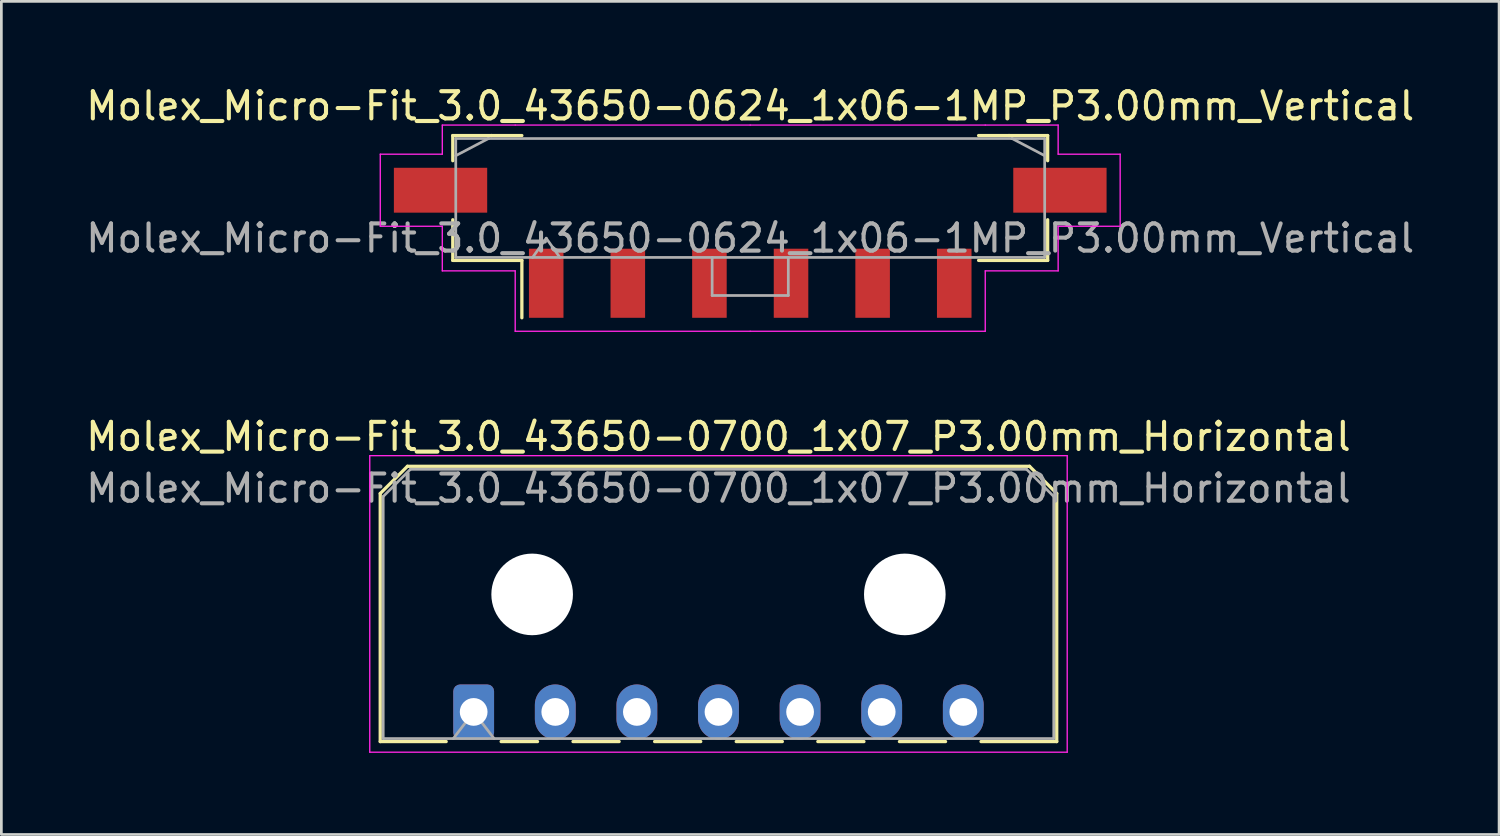
<source format=kicad_pcb>
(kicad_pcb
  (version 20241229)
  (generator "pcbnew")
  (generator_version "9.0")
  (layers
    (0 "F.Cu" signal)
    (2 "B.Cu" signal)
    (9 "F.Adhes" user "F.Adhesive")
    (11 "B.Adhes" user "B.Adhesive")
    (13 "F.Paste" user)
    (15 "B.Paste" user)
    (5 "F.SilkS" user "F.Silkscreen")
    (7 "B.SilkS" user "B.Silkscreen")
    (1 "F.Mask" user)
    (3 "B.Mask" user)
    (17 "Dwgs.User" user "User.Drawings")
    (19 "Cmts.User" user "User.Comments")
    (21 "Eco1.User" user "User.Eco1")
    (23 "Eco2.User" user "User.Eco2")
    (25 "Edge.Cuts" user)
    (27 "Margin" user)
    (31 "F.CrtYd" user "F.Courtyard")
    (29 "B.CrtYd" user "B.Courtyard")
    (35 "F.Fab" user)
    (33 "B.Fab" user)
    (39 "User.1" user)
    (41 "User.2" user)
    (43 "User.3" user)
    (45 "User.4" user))
  (footprint "Molex_Micro-Fit_3.0_43650-0700_1x07_P3.00mm_Horizontal"
    (layer "F.Cu")
    (at 14.363 23.122)
    (property "Reference" "Molex_Micro-Fit_3.0_43650-0700_1x07_P3.00mm_Horizontal" (at 9 -10.12 0) (layer "F.SilkS") (effects (font (size 1 1) (thickness 0.15))))
    (attr through_hole)
    (fp_line (start -3.435 -8.03) (end -2.435 -9.03) (stroke (width 0.12) (type solid)) (layer "F.SilkS"))
    (fp_line (start -3.435 1.09) (end -3.435 -8.03) (stroke (width 0.12) (type solid)) (layer "F.SilkS"))
    (fp_line (start -3.435 1.09) (end -1.01 1.09) (stroke (width 0.12) (type solid)) (layer "F.SilkS"))
    (fp_line (start -2.435 -9.03) (end 20.435 -9.03) (stroke (width 0.12) (type solid)) (layer "F.SilkS"))
    (fp_line (start 1.01 1.09) (end 2.348 1.09) (stroke (width 0.12) (type solid)) (layer "F.SilkS"))
    (fp_line (start 3.652 1.09) (end 5.348 1.09) (stroke (width 0.12) (type solid)) (layer "F.SilkS"))
    (fp_line (start 6.652 1.09) (end 8.348 1.09) (stroke (width 0.12) (type solid)) (layer "F.SilkS"))
    (fp_line (start 9.652 1.09) (end 11.348 1.09) (stroke (width 0.12) (type solid)) (layer "F.SilkS"))
    (fp_line (start 12.652 1.09) (end 14.348 1.09) (stroke (width 0.12) (type solid)) (layer "F.SilkS"))
    (fp_line (start 15.652 1.09) (end 17.348 1.09) (stroke (width 0.12) (type solid)) (layer "F.SilkS"))
    (fp_line (start 20.435 -9.03) (end 21.435 -8.03) (stroke (width 0.12) (type solid)) (layer "F.SilkS"))
    (fp_line (start 21.435 -8.03) (end 21.435 1.09) (stroke (width 0.12) (type solid)) (layer "F.SilkS"))
    (fp_line (start 21.435 1.09) (end 18.652 1.09) (stroke (width 0.12) (type solid)) (layer "F.SilkS"))
    (fp_line (start -3.82 -9.42) (end 21.82 -9.42) (stroke (width 0.05) (type solid)) (layer "F.CrtYd"))
    (fp_line (start -3.82 1.48) (end -3.82 -9.42) (stroke (width 0.05) (type solid)) (layer "F.CrtYd"))
    (fp_line (start 21.82 -9.42) (end 21.82 1.48) (stroke (width 0.05) (type solid)) (layer "F.CrtYd"))
    (fp_line (start 21.82 1.48) (end -3.82 1.48) (stroke (width 0.05) (type solid)) (layer "F.CrtYd"))
    (fp_line (start -3.325 -7.92) (end -2.325 -8.92) (stroke (width 0.1) (type solid)) (layer "F.Fab"))
    (fp_line (start -3.325 0.98) (end -3.325 -7.92) (stroke (width 0.1) (type solid)) (layer "F.Fab"))
    (fp_line (start -2.325 -8.92) (end 20.325 -8.92) (stroke (width 0.1) (type solid)) (layer "F.Fab"))
    (fp_line (start -0.75 0.98) (end 0 0) (stroke (width 0.1) (type solid)) (layer "F.Fab"))
    (fp_line (start 0 0) (end 0.75 0.98) (stroke (width 0.1) (type solid)) (layer "F.Fab"))
    (fp_line (start 20.325 -8.92) (end 21.325 -7.92) (stroke (width 0.1) (type solid)) (layer "F.Fab"))
    (fp_line (start 21.325 -7.92) (end 21.325 0.98) (stroke (width 0.1) (type solid)) (layer "F.Fab"))
    (fp_line (start 21.325 0.98) (end -3.325 0.98) (stroke (width 0.1) (type solid)) (layer "F.Fab"))
    (fp_text user "${REFERENCE}" (at 9 -8.22 0) (layer "F.Fab") (effects (font (size 1 1) (thickness 0.15))))
    (pad "" np_thru_hole circle (at 2.15 -4.32) (size 3 3) (drill 3) (layers "*.Cu" "*.Mask"))
    (pad "" np_thru_hole circle (at 15.85 -4.32) (size 3 3) (drill 3) (layers "*.Cu" "*.Mask"))
    (pad "1" thru_hole roundrect (at 0 0) (size 1.5 2.02) (drill 1.02) (layers "*.Cu" "*.Mask") (roundrect_rratio 0.167))
    (pad "2" thru_hole oval (at 3 0) (size 1.5 2.02) (drill 1.02) (layers "*.Cu" "*.Mask"))
    (pad "3" thru_hole oval (at 6 0) (size 1.5 2.02) (drill 1.02) (layers "*.Cu" "*.Mask"))
    (pad "4" thru_hole oval (at 9 0) (size 1.5 2.02) (drill 1.02) (layers "*.Cu" "*.Mask"))
    (pad "5" thru_hole oval (at 12 0) (size 1.5 2.02) (drill 1.02) (layers "*.Cu" "*.Mask"))
    (pad "6" thru_hole oval (at 15 0) (size 1.5 2.02) (drill 1.02) (layers "*.Cu" "*.Mask"))
    (pad "7" thru_hole oval (at 18 0) (size 1.5 2.02) (drill 1.02) (layers "*.Cu" "*.Mask")))
  (footprint "Molex_Micro-Fit_3.0_43650-0624_1x06-1MP_P3.00mm_Vertical"
    (layer "F.Cu")
    (at 24.53 4.228)
    (property "Reference" "Molex_Micro-Fit_3.0_43650-0624_1x06-1MP_P3.00mm_Vertical" (at 0 -3.38 0) (layer "F.SilkS") (effects (font (size 1 1) (thickness 0.15))))
    (attr smd)
    (fp_line (start -10.935 -2.295) (end -9.515 -2.295) (stroke (width 0.12) (type solid)) (layer "F.SilkS"))
    (fp_line (start -10.935 -1.37) (end -10.935 -2.295) (stroke (width 0.12) (type solid)) (layer "F.SilkS"))
    (fp_line (start -10.935 0.8) (end -10.935 2.295) (stroke (width 0.12) (type solid)) (layer "F.SilkS"))
    (fp_line (start -10.935 2.295) (end -8.395 2.295) (stroke (width 0.12) (type solid)) (layer "F.SilkS"))
    (fp_line (start -9.515 -2.295) (end -9.515 -2.295) (stroke (width 0.12) (type solid)) (layer "F.SilkS"))
    (fp_line (start -9.515 -2.295) (end -8.395 -2.295) (stroke (width 0.12) (type solid)) (layer "F.SilkS"))
    (fp_line (start -8.395 2.295) (end -8.395 4.405) (stroke (width 0.12) (type solid)) (layer "F.SilkS"))
    (fp_line (start 9.515 -2.295) (end 8.395 -2.295) (stroke (width 0.12) (type solid)) (layer "F.SilkS"))
    (fp_line (start 9.515 -2.295) (end 9.515 -2.295) (stroke (width 0.12) (type solid)) (layer "F.SilkS"))
    (fp_line (start 10.935 -2.295) (end 9.515 -2.295) (stroke (width 0.12) (type solid)) (layer "F.SilkS"))
    (fp_line (start 10.935 -1.37) (end 10.935 -2.295) (stroke (width 0.12) (type solid)) (layer "F.SilkS"))
    (fp_line (start 10.935 0.8) (end 10.935 2.295) (stroke (width 0.12) (type solid)) (layer "F.SilkS"))
    (fp_line (start 10.935 2.295) (end 8.395 2.295) (stroke (width 0.12) (type solid)) (layer "F.SilkS"))
    (fp_line (start -13.6 -1.61) (end -13.6 1.04) (stroke (width 0.05) (type solid)) (layer "F.CrtYd"))
    (fp_line (start -13.6 1.04) (end -11.32 1.04) (stroke (width 0.05) (type solid)) (layer "F.CrtYd"))
    (fp_line (start -11.32 -2.68) (end -11.32 -1.61) (stroke (width 0.05) (type solid)) (layer "F.CrtYd"))
    (fp_line (start -11.32 -1.61) (end -13.6 -1.61) (stroke (width 0.05) (type solid)) (layer "F.CrtYd"))
    (fp_line (start -11.32 1.04) (end -11.32 2.68) (stroke (width 0.05) (type solid)) (layer "F.CrtYd"))
    (fp_line (start -11.32 2.68) (end -8.64 2.68) (stroke (width 0.05) (type solid)) (layer "F.CrtYd"))
    (fp_line (start -8.64 -2.68) (end -11.32 -2.68) (stroke (width 0.05) (type solid)) (layer "F.CrtYd"))
    (fp_line (start -8.64 2.68) (end -8.64 4.9) (stroke (width 0.05) (type solid)) (layer "F.CrtYd"))
    (fp_line (start -8.64 4.9) (end 0 4.9) (stroke (width 0.05) (type solid)) (layer "F.CrtYd"))
    (fp_line (start 0 -2.68) (end -8.64 -2.68) (stroke (width 0.05) (type solid)) (layer "F.CrtYd"))
    (fp_line (start 0 -2.68) (end 8.64 -2.68) (stroke (width 0.05) (type solid)) (layer "F.CrtYd"))
    (fp_line (start 8.64 -2.68) (end 11.32 -2.68) (stroke (width 0.05) (type solid)) (layer "F.CrtYd"))
    (fp_line (start 8.64 2.68) (end 8.64 4.9) (stroke (width 0.05) (type solid)) (layer "F.CrtYd"))
    (fp_line (start 8.64 4.9) (end 0 4.9) (stroke (width 0.05) (type solid)) (layer "F.CrtYd"))
    (fp_line (start 11.32 -2.68) (end 11.32 -1.61) (stroke (width 0.05) (type solid)) (layer "F.CrtYd"))
    (fp_line (start 11.32 -1.61) (end 13.6 -1.61) (stroke (width 0.05) (type solid)) (layer "F.CrtYd"))
    (fp_line (start 11.32 1.04) (end 11.32 2.68) (stroke (width 0.05) (type solid)) (layer "F.CrtYd"))
    (fp_line (start 11.32 2.68) (end 8.64 2.68) (stroke (width 0.05) (type solid)) (layer "F.CrtYd"))
    (fp_line (start 13.6 -1.61) (end 13.6 1.04) (stroke (width 0.05) (type solid)) (layer "F.CrtYd"))
    (fp_line (start 13.6 1.04) (end 11.32 1.04) (stroke (width 0.05) (type solid)) (layer "F.CrtYd"))
    (fp_line (start -10.825 -2.185) (end -10.825 2.185) (stroke (width 0.1) (type solid)) (layer "F.Fab"))
    (fp_line (start -10.825 -1.555) (end -9.625 -2.185) (stroke (width 0.1) (type solid)) (layer "F.Fab"))
    (fp_line (start -10.825 2.185) (end 10.825 2.185) (stroke (width 0.1) (type solid)) (layer "F.Fab"))
    (fp_line (start -9.625 -2.185) (end -10.825 -2.185) (stroke (width 0.1) (type solid)) (layer "F.Fab"))
    (fp_line (start -9.625 -2.185) (end -9.625 -2.185) (stroke (width 0.1) (type solid)) (layer "F.Fab"))
    (fp_line (start -8 2.185) (end -7.5 1.478) (stroke (width 0.1) (type solid)) (layer "F.Fab"))
    (fp_line (start -7.5 1.478) (end -7 2.185) (stroke (width 0.1) (type solid)) (layer "F.Fab"))
    (fp_line (start -1.4 2.185) (end -1.4 3.585) (stroke (width 0.1) (type solid)) (layer "F.Fab"))
    (fp_line (start -1.4 3.585) (end 1.4 3.585) (stroke (width 0.1) (type solid)) (layer "F.Fab"))
    (fp_line (start 1.4 3.585) (end 1.4 2.185) (stroke (width 0.1) (type solid)) (layer "F.Fab"))
    (fp_line (start 9.625 -2.185) (end -9.625 -2.185) (stroke (width 0.1) (type solid)) (layer "F.Fab"))
    (fp_line (start 9.625 -2.185) (end 9.625 -2.185) (stroke (width 0.1) (type solid)) (layer "F.Fab"))
    (fp_line (start 10.825 -2.185) (end 9.625 -2.185) (stroke (width 0.1) (type solid)) (layer "F.Fab"))
    (fp_line (start 10.825 -1.555) (end 9.625 -2.185) (stroke (width 0.1) (type solid)) (layer "F.Fab"))
    (fp_line (start 10.825 2.185) (end 10.825 -2.185) (stroke (width 0.1) (type solid)) (layer "F.Fab"))
    (fp_text user "${REFERENCE}" (at 0 1.48 0) (layer "F.Fab") (effects (font (size 1 1) (thickness 0.15))))
    (pad "1" smd rect (at -7.5 3.135) (size 1.27 2.54) (layers "F.Cu" "F.Mask" "F.Paste"))
    (pad "2" smd rect (at -4.5 3.135) (size 1.27 2.54) (layers "F.Cu" "F.Mask" "F.Paste"))
    (pad "3" smd rect (at -1.5 3.135) (size 1.27 2.54) (layers "F.Cu" "F.Mask" "F.Paste"))
    (pad "4" smd rect (at 1.5 3.135) (size 1.27 2.54) (layers "F.Cu" "F.Mask" "F.Paste"))
    (pad "5" smd rect (at 4.5 3.135) (size 1.27 2.54) (layers "F.Cu" "F.Mask" "F.Paste"))
    (pad "6" smd rect (at 7.5 3.135) (size 1.27 2.54) (layers "F.Cu" "F.Mask" "F.Paste"))
    (pad "MP" smd rect (at -11.385 -0.285) (size 3.43 1.65) (layers "F.Cu" "F.Mask" "F.Paste"))
    (pad "MP" smd rect (at 11.385 -0.285) (size 3.43 1.65) (layers "F.Cu" "F.Mask" "F.Paste")))
  (gr_rect
    (start -3 -3)
    (end 52.06 27.627)
    (stroke (width 0.1) (type default))
    (fill no)
    (layer "Edge.Cuts")))
</source>
